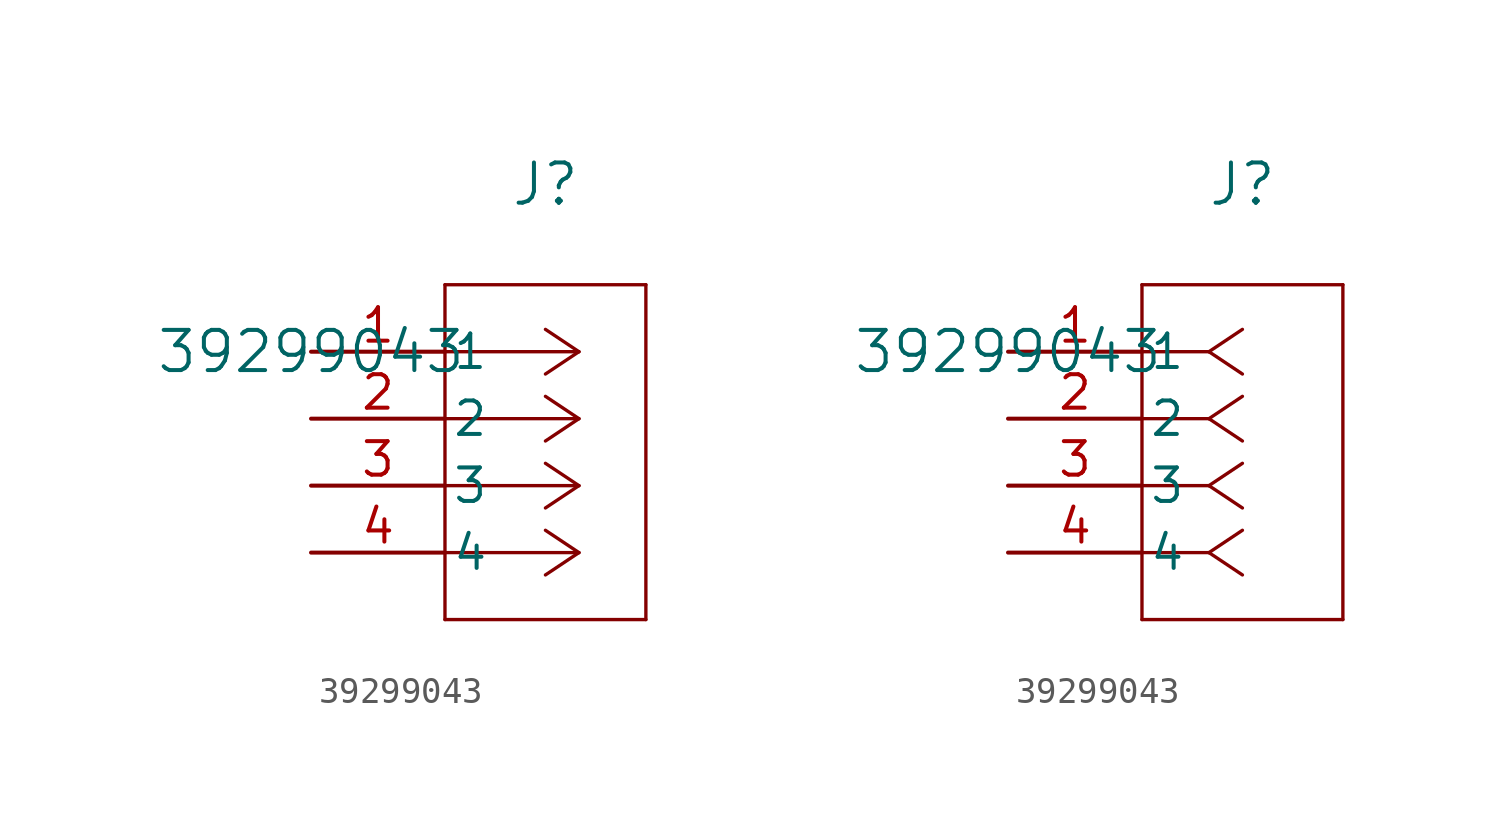
<source format=kicad_sym>
(kicad_symbol_lib
  (version 20211014)
  (generator kicad_symbol_editor)
  (symbol "39299043"
    (pin_names
      (offset 0.254))
    (property "Reference" "J"
      (at 8.89 6.35 0)
      (effects (font (size 1.524 1.524))))
    (property "Value" "39299043"
      (at 0 0 0)
      (effects (font (size 1.524 1.524))))
    (symbol "39299043_1_1"
      (polyline (pts (xy 10.16 0) (xy 5.08 0)) (stroke (width 0.127) (type default) (color 0 0 0 0)) (fill (type none)))
      (polyline (pts (xy 10.16 -2.54) (xy 5.08 -2.54)) (stroke (width 0.127) (type default) (color 0 0 0 0)) (fill (type none)))
      (polyline (pts (xy 10.16 -5.08) (xy 5.08 -5.08)) (stroke (width 0.127) (type default) (color 0 0 0 0)) (fill (type none)))
      (polyline (pts (xy 10.16 -7.62) (xy 5.08 -7.62)) (stroke (width 0.127) (type default) (color 0 0 0 0)) (fill (type none)))
      (polyline (pts (xy 10.16 0) (xy 8.89 0.847)) (stroke (width 0.127) (type default) (color 0 0 0 0)) (fill (type none)))
      (polyline (pts (xy 10.16 -2.54) (xy 8.89 -1.693)) (stroke (width 0.127) (type default) (color 0 0 0 0)) (fill (type none)))
      (polyline (pts (xy 10.16 -5.08) (xy 8.89 -4.233)) (stroke (width 0.127) (type default) (color 0 0 0 0)) (fill (type none)))
      (polyline (pts (xy 10.16 -7.62) (xy 8.89 -6.773)) (stroke (width 0.127) (type default) (color 0 0 0 0)) (fill (type none)))
      (polyline (pts (xy 10.16 0) (xy 8.89 -0.847)) (stroke (width 0.127) (type default) (color 0 0 0 0)) (fill (type none)))
      (polyline (pts (xy 10.16 -2.54) (xy 8.89 -3.387)) (stroke (width 0.127) (type default) (color 0 0 0 0)) (fill (type none)))
      (polyline (pts (xy 10.16 -5.08) (xy 8.89 -5.927)) (stroke (width 0.127) (type default) (color 0 0 0 0)) (fill (type none)))
      (polyline (pts (xy 10.16 -7.62) (xy 8.89 -8.467)) (stroke (width 0.127) (type default) (color 0 0 0 0)) (fill (type none)))
      (polyline (pts (xy 5.08 2.54) (xy 5.08 -10.16)) (stroke (width 0.127) (type default) (color 0 0 0 0)) (fill (type none)))
      (polyline (pts (xy 5.08 -10.16) (xy 12.7 -10.16)) (stroke (width 0.127) (type default) (color 0 0 0 0)) (fill (type none)))
      (polyline (pts (xy 12.7 -10.16) (xy 12.7 2.54)) (stroke (width 0.127) (type default) (color 0 0 0 0)) (fill (type none)))
      (polyline (pts (xy 12.7 2.54) (xy 5.08 2.54)) (stroke (width 0.127) (type default) (color 0 0 0 0)) (fill (type none)))
      (pin unspecified line (at 0 0 0) (length 5.08) (name "1" (effects (font (size 1.27 1.27)))) (number "1" (effects (font (size 1.27 1.27)))))
      (pin unspecified line (at 0 -2.54 0) (length 5.08) (name "2" (effects (font (size 1.27 1.27)))) (number "2" (effects (font (size 1.27 1.27)))))
      (pin unspecified line (at 0 -5.08 0) (length 5.08) (name "3" (effects (font (size 1.27 1.27)))) (number "3" (effects (font (size 1.27 1.27)))))
      (pin unspecified line (at 0 -7.62 0) (length 5.08) (name "4" (effects (font (size 1.27 1.27)))) (number "4" (effects (font (size 1.27 1.27))))))
    (symbol "39299043_1_2"
      (polyline (pts (xy 7.62 0) (xy 5.08 0)) (stroke (width 0.127) (type default) (color 0 0 0 0)) (fill (type none)))
      (polyline (pts (xy 7.62 -2.54) (xy 5.08 -2.54)) (stroke (width 0.127) (type default) (color 0 0 0 0)) (fill (type none)))
      (polyline (pts (xy 7.62 -5.08) (xy 5.08 -5.08)) (stroke (width 0.127) (type default) (color 0 0 0 0)) (fill (type none)))
      (polyline (pts (xy 7.62 -7.62) (xy 5.08 -7.62)) (stroke (width 0.127) (type default) (color 0 0 0 0)) (fill (type none)))
      (polyline (pts (xy 7.62 0) (xy 8.89 0.847)) (stroke (width 0.127) (type default) (color 0 0 0 0)) (fill (type none)))
      (polyline (pts (xy 7.62 -2.54) (xy 8.89 -1.693)) (stroke (width 0.127) (type default) (color 0 0 0 0)) (fill (type none)))
      (polyline (pts (xy 7.62 -5.08) (xy 8.89 -4.233)) (stroke (width 0.127) (type default) (color 0 0 0 0)) (fill (type none)))
      (polyline (pts (xy 7.62 -7.62) (xy 8.89 -6.773)) (stroke (width 0.127) (type default) (color 0 0 0 0)) (fill (type none)))
      (polyline (pts (xy 7.62 0) (xy 8.89 -0.847)) (stroke (width 0.127) (type default) (color 0 0 0 0)) (fill (type none)))
      (polyline (pts (xy 7.62 -2.54) (xy 8.89 -3.387)) (stroke (width 0.127) (type default) (color 0 0 0 0)) (fill (type none)))
      (polyline (pts (xy 7.62 -5.08) (xy 8.89 -5.927)) (stroke (width 0.127) (type default) (color 0 0 0 0)) (fill (type none)))
      (polyline (pts (xy 7.62 -7.62) (xy 8.89 -8.467)) (stroke (width 0.127) (type default) (color 0 0 0 0)) (fill (type none)))
      (polyline (pts (xy 5.08 2.54) (xy 5.08 -10.16)) (stroke (width 0.127) (type default) (color 0 0 0 0)) (fill (type none)))
      (polyline (pts (xy 5.08 -10.16) (xy 12.7 -10.16)) (stroke (width 0.127) (type default) (color 0 0 0 0)) (fill (type none)))
      (polyline (pts (xy 12.7 -10.16) (xy 12.7 2.54)) (stroke (width 0.127) (type default) (color 0 0 0 0)) (fill (type none)))
      (polyline (pts (xy 12.7 2.54) (xy 5.08 2.54)) (stroke (width 0.127) (type default) (color 0 0 0 0)) (fill (type none)))
      (pin unspecified line (at 0 0 0) (length 5.08) (name "1" (effects (font (size 1.27 1.27)))) (number "1" (effects (font (size 1.27 1.27)))))
      (pin unspecified line (at 0 -2.54 0) (length 5.08) (name "2" (effects (font (size 1.27 1.27)))) (number "2" (effects (font (size 1.27 1.27)))))
      (pin unspecified line (at 0 -5.08 0) (length 5.08) (name "3" (effects (font (size 1.27 1.27)))) (number "3" (effects (font (size 1.27 1.27)))))
      (pin unspecified line (at 0 -7.62 0) (length 5.08) (name "4" (effects (font (size 1.27 1.27)))) (number "4" (effects (font (size 1.27 1.27))))))))
</source>
